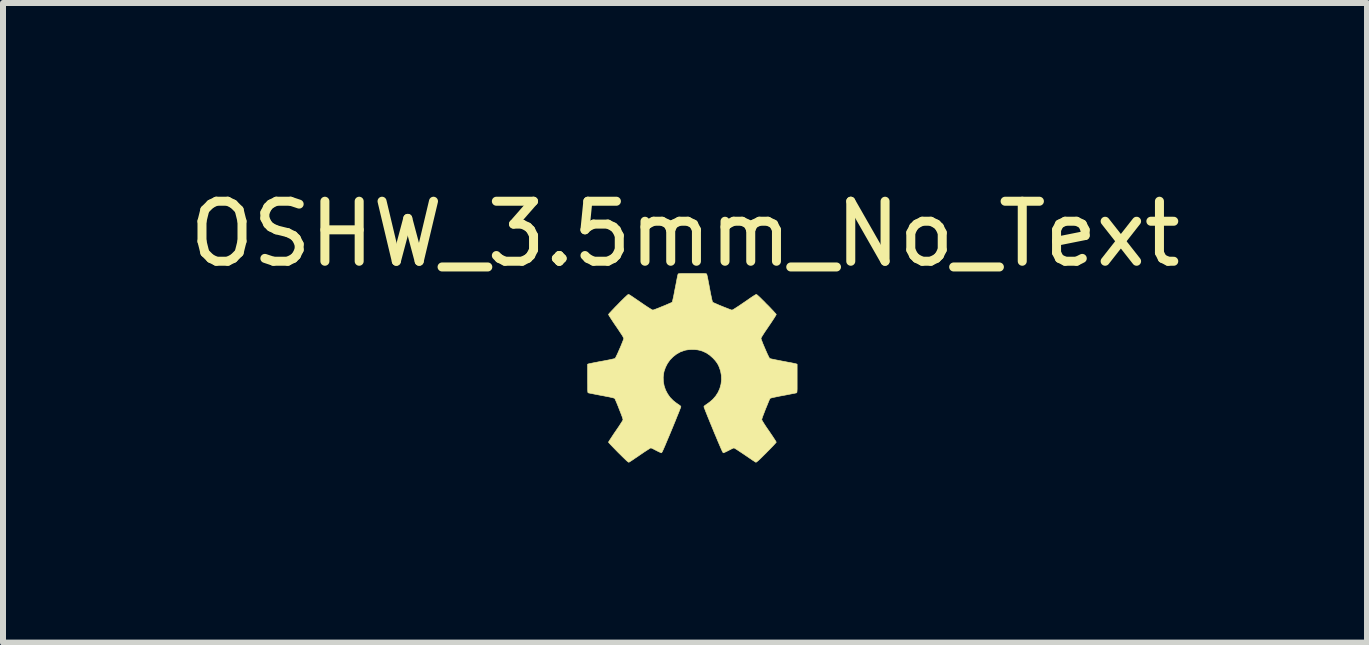
<source format=kicad_pcb>
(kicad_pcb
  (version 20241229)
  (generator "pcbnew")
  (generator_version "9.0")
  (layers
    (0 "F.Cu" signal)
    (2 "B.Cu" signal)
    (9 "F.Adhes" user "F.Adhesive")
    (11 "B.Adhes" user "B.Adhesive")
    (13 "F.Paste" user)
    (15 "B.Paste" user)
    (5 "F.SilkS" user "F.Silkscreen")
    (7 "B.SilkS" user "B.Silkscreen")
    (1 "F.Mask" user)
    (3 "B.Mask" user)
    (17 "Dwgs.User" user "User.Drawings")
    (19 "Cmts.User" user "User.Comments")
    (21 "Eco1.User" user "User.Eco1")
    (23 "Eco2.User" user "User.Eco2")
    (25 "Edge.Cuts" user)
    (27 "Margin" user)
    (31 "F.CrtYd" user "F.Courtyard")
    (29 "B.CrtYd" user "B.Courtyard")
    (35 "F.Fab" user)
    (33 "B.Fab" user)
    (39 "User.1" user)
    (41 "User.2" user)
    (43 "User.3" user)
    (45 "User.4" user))
  (footprint "OSHW_3.5mm_No_Text"
    (layer "F.Cu")
    (at 8.483 3.078)
    (property "Reference" "OSHW_3.5mm_No_Text" (at -0.12 -2.23 0) (layer "F.SilkS") (effects (font (size 1 1) (thickness 0.15))))
    (attr through_hole)
    (fp_poly (pts (xy 0.062 -1.571) (xy 0.109 -1.571) (xy 0.148 -1.571) (xy 0.178 -1.571) (xy 0.2 -1.57) (xy 0.216 -1.569) (xy 0.227 -1.568) (xy 0.235 -1.566) (xy 0.239 -1.564) (xy 0.241 -1.561) (xy 0.242 -1.56) (xy 0.244 -1.552) (xy 0.249 -1.533) (xy 0.255 -1.506) (xy 0.262 -1.471) (xy 0.27 -1.429) (xy 0.279 -1.383) (xy 0.288 -1.333) (xy 0.29 -1.325) (xy 0.299 -1.275) (xy 0.308 -1.228) (xy 0.317 -1.187) (xy 0.324 -1.151) (xy 0.331 -1.123) (xy 0.336 -1.104) (xy 0.339 -1.095) (xy 0.339 -1.094) (xy 0.347 -1.089) (xy 0.364 -1.081) (xy 0.389 -1.07) (xy 0.419 -1.057) (xy 0.453 -1.042) (xy 0.49 -1.027) (xy 0.527 -1.012) (xy 0.563 -0.998) (xy 0.596 -0.985) (xy 0.624 -0.974) (xy 0.646 -0.966) (xy 0.659 -0.962) (xy 0.662 -0.962) (xy 0.67 -0.964) (xy 0.686 -0.972) (xy 0.71 -0.987) (xy 0.741 -1.007) (xy 0.781 -1.033) (xy 0.831 -1.067) (xy 0.859 -1.086) (xy 0.909 -1.12) (xy 0.949 -1.148) (xy 0.982 -1.171) (xy 1.008 -1.188) (xy 1.028 -1.201) (xy 1.043 -1.21) (xy 1.053 -1.216) (xy 1.06 -1.22) (xy 1.066 -1.221) (xy 1.069 -1.221) (xy 1.073 -1.221) (xy 1.074 -1.22) (xy 1.081 -1.215) (xy 1.096 -1.202) (xy 1.116 -1.184) (xy 1.141 -1.16) (xy 1.169 -1.132) (xy 1.2 -1.102) (xy 1.231 -1.069) (xy 1.264 -1.037) (xy 1.295 -1.005) (xy 1.324 -0.974) (xy 1.35 -0.947) (xy 1.371 -0.923) (xy 1.388 -0.905) (xy 1.398 -0.893) (xy 1.4 -0.888) (xy 1.397 -0.881) (xy 1.387 -0.865) (xy 1.373 -0.841) (xy 1.354 -0.812) (xy 1.331 -0.777) (xy 1.305 -0.738) (xy 1.277 -0.697) (xy 1.273 -0.691) (xy 1.235 -0.635) (xy 1.203 -0.588) (xy 1.179 -0.55) (xy 1.161 -0.521) (xy 1.15 -0.501) (xy 1.146 -0.491) (xy 1.146 -0.491) (xy 1.148 -0.48) (xy 1.155 -0.461) (xy 1.165 -0.435) (xy 1.177 -0.403) (xy 1.192 -0.368) (xy 1.208 -0.33) (xy 1.224 -0.293) (xy 1.24 -0.257) (xy 1.255 -0.223) (xy 1.269 -0.195) (xy 1.28 -0.173) (xy 1.288 -0.16) (xy 1.291 -0.156) (xy 1.299 -0.153) (xy 1.318 -0.148) (xy 1.346 -0.142) (xy 1.38 -0.135) (xy 1.421 -0.127) (xy 1.467 -0.118) (xy 1.512 -0.109) (xy 1.561 -0.1) (xy 1.607 -0.091) (xy 1.647 -0.084) (xy 1.682 -0.077) (xy 1.709 -0.071) (xy 1.727 -0.067) (xy 1.735 -0.065) (xy 1.748 -0.059) (xy 1.748 0.176) (xy 1.748 0.236) (xy 1.748 0.284) (xy 1.748 0.323) (xy 1.748 0.353) (xy 1.747 0.376) (xy 1.746 0.392) (xy 1.745 0.404) (xy 1.743 0.411) (xy 1.741 0.415) (xy 1.738 0.416) (xy 1.738 0.417) (xy 1.73 0.419) (xy 1.712 0.423) (xy 1.685 0.428) (xy 1.65 0.435) (xy 1.609 0.443) (xy 1.564 0.452) (xy 1.515 0.461) (xy 1.456 0.472) (xy 1.408 0.482) (xy 1.37 0.49) (xy 1.34 0.496) (xy 1.319 0.502) (xy 1.305 0.506) (xy 1.297 0.51) (xy 1.296 0.511) (xy 1.292 0.519) (xy 1.284 0.536) (xy 1.273 0.562) (xy 1.26 0.594) (xy 1.245 0.631) (xy 1.228 0.672) (xy 1.222 0.686) (xy 1.201 0.741) (xy 1.184 0.785) (xy 1.171 0.82) (xy 1.163 0.845) (xy 1.159 0.861) (xy 1.159 0.867) (xy 1.163 0.875) (xy 1.173 0.892) (xy 1.188 0.917) (xy 1.207 0.947) (xy 1.23 0.982) (xy 1.256 1.02) (xy 1.281 1.056) (xy 1.308 1.096) (xy 1.334 1.134) (xy 1.356 1.168) (xy 1.375 1.196) (xy 1.389 1.219) (xy 1.397 1.233) (xy 1.4 1.239) (xy 1.396 1.246) (xy 1.384 1.259) (xy 1.366 1.279) (xy 1.342 1.305) (xy 1.313 1.335) (xy 1.281 1.368) (xy 1.245 1.404) (xy 1.236 1.414) (xy 1.193 1.456) (xy 1.158 1.491) (xy 1.129 1.519) (xy 1.107 1.54) (xy 1.089 1.555) (xy 1.077 1.565) (xy 1.068 1.571) (xy 1.062 1.574) (xy 1.06 1.573) (xy 1.052 1.569) (xy 1.037 1.559) (xy 1.013 1.544) (xy 0.984 1.524) (xy 0.95 1.501) (xy 0.912 1.475) (xy 0.878 1.452) (xy 0.838 1.425) (xy 0.8 1.4) (xy 0.767 1.378) (xy 0.738 1.359) (xy 0.716 1.346) (xy 0.701 1.337) (xy 0.696 1.335) (xy 0.686 1.338) (xy 0.669 1.345) (xy 0.646 1.356) (xy 0.619 1.37) (xy 0.606 1.377) (xy 0.578 1.391) (xy 0.553 1.403) (xy 0.533 1.412) (xy 0.521 1.416) (xy 0.518 1.416) (xy 0.515 1.414) (xy 0.51 1.406) (xy 0.502 1.392) (xy 0.493 1.373) (xy 0.481 1.346) (xy 0.466 1.311) (xy 0.448 1.269) (xy 0.426 1.218) (xy 0.401 1.157) (xy 0.371 1.087) (xy 0.351 1.038) (xy 0.325 0.974) (xy 0.3 0.914) (xy 0.277 0.857) (xy 0.256 0.806) (xy 0.238 0.76) (xy 0.222 0.721) (xy 0.21 0.689) (xy 0.201 0.666) (xy 0.196 0.652) (xy 0.195 0.649) (xy 0.2 0.638) (xy 0.214 0.626) (xy 0.22 0.622) (xy 0.237 0.61) (xy 0.259 0.595) (xy 0.282 0.578) (xy 0.288 0.574) (xy 0.345 0.525) (xy 0.393 0.469) (xy 0.432 0.408) (xy 0.461 0.342) (xy 0.48 0.272) (xy 0.488 0.201) (xy 0.486 0.128) (xy 0.473 0.055) (xy 0.452 -0.007) (xy 0.434 -0.048) (xy 0.412 -0.084) (xy 0.385 -0.12) (xy 0.35 -0.158) (xy 0.343 -0.165) (xy 0.29 -0.212) (xy 0.236 -0.248) (xy 0.176 -0.276) (xy 0.133 -0.29) (xy 0.091 -0.299) (xy 0.041 -0.304) (xy -0.011 -0.305) (xy -0.062 -0.302) (xy -0.108 -0.295) (xy -0.127 -0.29) (xy -0.197 -0.265) (xy -0.261 -0.229) (xy -0.319 -0.184) (xy -0.37 -0.132) (xy -0.412 -0.073) (xy -0.445 -0.009) (xy -0.469 0.06) (xy -0.473 0.079) (xy -0.483 0.154) (xy -0.481 0.227) (xy -0.468 0.299) (xy -0.445 0.368) (xy -0.411 0.433) (xy -0.369 0.493) (xy -0.317 0.546) (xy -0.282 0.574) (xy -0.259 0.591) (xy -0.236 0.607) (xy -0.218 0.619) (xy -0.214 0.622) (xy -0.198 0.634) (xy -0.19 0.646) (xy -0.189 0.649) (xy -0.191 0.656) (xy -0.198 0.674) (xy -0.208 0.7) (xy -0.221 0.734) (xy -0.238 0.776) (xy -0.258 0.824) (xy -0.279 0.878) (xy -0.303 0.936) (xy -0.328 0.997) (xy -0.345 1.038) (xy -0.377 1.115) (xy -0.405 1.181) (xy -0.429 1.238) (xy -0.449 1.286) (xy -0.466 1.325) (xy -0.48 1.357) (xy -0.491 1.381) (xy -0.499 1.398) (xy -0.506 1.409) (xy -0.51 1.415) (xy -0.512 1.416) (xy -0.521 1.414) (xy -0.538 1.407) (xy -0.561 1.397) (xy -0.588 1.383) (xy -0.6 1.377) (xy -0.629 1.362) (xy -0.654 1.349) (xy -0.674 1.34) (xy -0.687 1.335) (xy -0.69 1.335) (xy -0.697 1.338) (xy -0.713 1.347) (xy -0.736 1.362) (xy -0.766 1.381) (xy -0.8 1.403) (xy -0.838 1.429) (xy -0.872 1.452) (xy -0.912 1.48) (xy -0.95 1.505) (xy -0.983 1.528) (xy -1.012 1.547) (xy -1.034 1.561) (xy -1.048 1.57) (xy -1.054 1.573) (xy -1.058 1.573) (xy -1.065 1.57) (xy -1.075 1.562) (xy -1.09 1.55) (xy -1.109 1.532) (xy -1.134 1.508) (xy -1.165 1.478) (xy -1.203 1.44) (xy -1.23 1.414) (xy -1.266 1.377) (xy -1.299 1.343) (xy -1.329 1.312) (xy -1.355 1.285) (xy -1.374 1.264) (xy -1.388 1.249) (xy -1.394 1.24) (xy -1.394 1.239) (xy -1.391 1.232) (xy -1.382 1.217) (xy -1.367 1.194) (xy -1.348 1.165) (xy -1.325 1.13) (xy -1.3 1.092) (xy -1.275 1.056) (xy -1.247 1.015) (xy -1.221 0.977) (xy -1.199 0.943) (xy -1.18 0.913) (xy -1.165 0.89) (xy -1.156 0.874) (xy -1.153 0.867) (xy -1.154 0.857) (xy -1.159 0.838) (xy -1.169 0.809) (xy -1.183 0.772) (xy -1.202 0.724) (xy -1.217 0.686) (xy -1.233 0.644) (xy -1.249 0.605) (xy -1.263 0.571) (xy -1.275 0.544) (xy -1.284 0.524) (xy -1.289 0.512) (xy -1.29 0.511) (xy -1.295 0.508) (xy -1.306 0.504) (xy -1.324 0.499) (xy -1.349 0.493) (xy -1.384 0.485) (xy -1.428 0.477) (xy -1.482 0.466) (xy -1.51 0.461) (xy -1.558 0.452) (xy -1.604 0.443) (xy -1.645 0.435) (xy -1.679 0.428) (xy -1.706 0.423) (xy -1.724 0.419) (xy -1.732 0.417) (xy -1.735 0.415) (xy -1.737 0.411) (xy -1.739 0.405) (xy -1.74 0.394) (xy -1.741 0.378) (xy -1.742 0.356) (xy -1.742 0.327) (xy -1.742 0.289) (xy -1.743 0.242) (xy -1.743 0.184) (xy -1.743 0.176) (xy -1.743 -0.059) (xy -1.729 -0.065) (xy -1.721 -0.067) (xy -1.702 -0.071) (xy -1.674 -0.077) (xy -1.639 -0.084) (xy -1.597 -0.092) (xy -1.552 -0.101) (xy -1.507 -0.109) (xy -1.458 -0.118) (xy -1.412 -0.127) (xy -1.372 -0.135) (xy -1.337 -0.143) (xy -1.31 -0.149) (xy -1.292 -0.153) (xy -1.285 -0.156) (xy -1.28 -0.163) (xy -1.271 -0.18) (xy -1.259 -0.204) (xy -1.244 -0.235) (xy -1.229 -0.269) (xy -1.213 -0.306) (xy -1.196 -0.344) (xy -1.181 -0.38) (xy -1.167 -0.415) (xy -1.155 -0.445) (xy -1.146 -0.469) (xy -1.141 -0.485) (xy -1.14 -0.491) (xy -1.144 -0.5) (xy -1.154 -0.519) (xy -1.171 -0.548) (xy -1.196 -0.585) (xy -1.227 -0.632) (xy -1.264 -0.687) (xy -1.267 -0.691) (xy -1.296 -0.733) (xy -1.322 -0.772) (xy -1.345 -0.807) (xy -1.365 -0.838) (xy -1.38 -0.862) (xy -1.39 -0.879) (xy -1.394 -0.888) (xy -1.394 -0.888) (xy -1.39 -0.895) (xy -1.379 -0.909) (xy -1.361 -0.928) (xy -1.338 -0.953) (xy -1.311 -0.981) (xy -1.282 -1.012) (xy -1.25 -1.044) (xy -1.218 -1.077) (xy -1.187 -1.109) (xy -1.156 -1.139) (xy -1.129 -1.166) (xy -1.105 -1.188) (xy -1.086 -1.206) (xy -1.073 -1.217) (xy -1.068 -1.22) (xy -1.065 -1.221) (xy -1.061 -1.222) (xy -1.056 -1.221) (xy -1.05 -1.218) (xy -1.04 -1.212) (xy -1.027 -1.204) (xy -1.008 -1.192) (xy -0.985 -1.176) (xy -0.954 -1.155) (xy -0.916 -1.129) (xy -0.869 -1.097) (xy -0.853 -1.086) (xy -0.799 -1.049) (xy -0.754 -1.019) (xy -0.718 -0.996) (xy -0.691 -0.979) (xy -0.671 -0.968) (xy -0.659 -0.962) (xy -0.656 -0.962) (xy -0.647 -0.964) (xy -0.628 -0.97) (xy -0.602 -0.98) (xy -0.571 -0.992) (xy -0.536 -1.006) (xy -0.5 -1.021) (xy -0.462 -1.036) (xy -0.427 -1.051) (xy -0.395 -1.065) (xy -0.367 -1.077) (xy -0.347 -1.086) (xy -0.335 -1.092) (xy -0.333 -1.094) (xy -0.33 -1.101) (xy -0.326 -1.119) (xy -0.32 -1.146) (xy -0.312 -1.18) (xy -0.304 -1.221) (xy -0.295 -1.267) (xy -0.286 -1.316) (xy -0.284 -1.325) (xy -0.274 -1.375) (xy -0.265 -1.422) (xy -0.257 -1.464) (xy -0.25 -1.5) (xy -0.244 -1.529) (xy -0.239 -1.549) (xy -0.236 -1.559) (xy -0.236 -1.56) (xy -0.234 -1.563) (xy -0.231 -1.565) (xy -0.226 -1.567) (xy -0.217 -1.568) (xy -0.203 -1.569) (xy -0.184 -1.57) (xy -0.158 -1.571) (xy -0.124 -1.571) (xy -0.081 -1.571) (xy -0.028 -1.571) (xy 0.003 -1.571) (xy 0.062 -1.571)) (stroke (width 0.01) (type solid)) (fill yes) (layer "F.SilkS")))
  (gr_rect
    (start -3 -3)
    (end 19.726 7.657)
    (stroke (width 0.1) (type default))
    (fill no)
    (layer "Edge.Cuts")))
</source>
